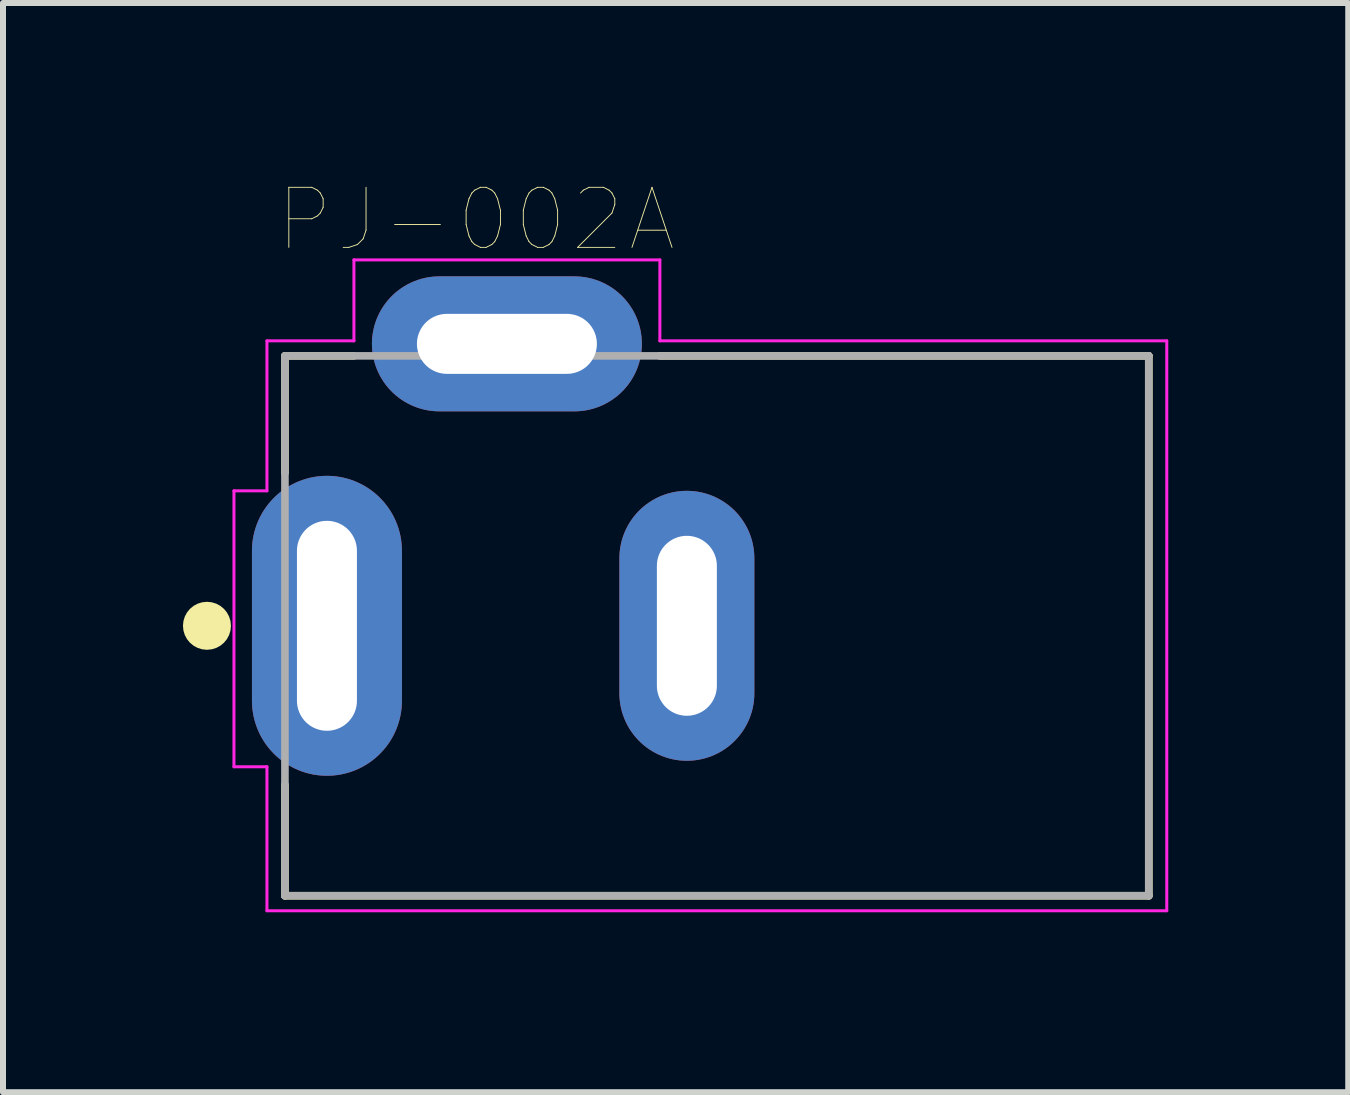
<source format=kicad_pcb>
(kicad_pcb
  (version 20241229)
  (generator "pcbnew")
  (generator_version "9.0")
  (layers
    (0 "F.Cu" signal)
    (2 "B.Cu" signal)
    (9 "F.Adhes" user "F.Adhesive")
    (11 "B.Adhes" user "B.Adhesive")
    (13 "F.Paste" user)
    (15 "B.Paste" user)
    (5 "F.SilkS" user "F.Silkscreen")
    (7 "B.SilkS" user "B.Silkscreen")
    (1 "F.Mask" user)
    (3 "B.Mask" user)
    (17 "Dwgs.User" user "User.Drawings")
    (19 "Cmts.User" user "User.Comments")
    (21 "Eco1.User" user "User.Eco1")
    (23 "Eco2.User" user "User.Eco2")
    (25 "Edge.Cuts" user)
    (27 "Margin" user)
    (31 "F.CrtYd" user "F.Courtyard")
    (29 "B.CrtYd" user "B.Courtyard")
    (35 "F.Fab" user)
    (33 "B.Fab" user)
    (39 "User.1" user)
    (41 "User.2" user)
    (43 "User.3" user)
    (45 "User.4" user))
  (footprint "PJ-002A"
    (layer "F.Cu")
    (at 2.4 7.382)
    (property "Reference" "PJ-002A" (at 2.487 -6.771 0) (layer "F.SilkS") (effects (font (size 1.001 1.001) (thickness 0.015))))
    (attr through_hole)
    (fp_line (start -0.7 -4.5) (end 0.45 -4.5) (stroke (width 0.127) (type solid)) (layer "F.SilkS"))
    (fp_line (start -0.7 -2.55) (end -0.7 -4.5) (stroke (width 0.127) (type solid)) (layer "F.SilkS"))
    (fp_line (start -0.7 4.5) (end -0.7 2.65) (stroke (width 0.127) (type solid)) (layer "F.SilkS"))
    (fp_line (start 5.55 -4.5) (end 13.7 -4.5) (stroke (width 0.127) (type solid)) (layer "F.SilkS"))
    (fp_line (start 13.7 -4.5) (end 13.7 4.5) (stroke (width 0.127) (type solid)) (layer "F.SilkS"))
    (fp_line (start 13.7 4.5) (end -0.7 4.5) (stroke (width 0.127) (type solid)) (layer "F.SilkS"))
    (fp_circle (center -2 0) (end -1.8 0) (stroke (width 0.4) (type solid)) (fill no) (layer "F.SilkS"))
    (fp_line (start -1.55 -2.25) (end -1.55 2.35) (stroke (width 0.05) (type solid)) (layer "F.CrtYd"))
    (fp_line (start -1.55 2.35) (end -1 2.35) (stroke (width 0.05) (type solid)) (layer "F.CrtYd"))
    (fp_line (start -1 -4.75) (end 0.45 -4.75) (stroke (width 0.05) (type solid)) (layer "F.CrtYd"))
    (fp_line (start -1 -2.25) (end -1.55 -2.25) (stroke (width 0.05) (type solid)) (layer "F.CrtYd"))
    (fp_line (start -1 -2.25) (end -1 -4.75) (stroke (width 0.05) (type solid)) (layer "F.CrtYd"))
    (fp_line (start -1 4.75) (end -1 2.35) (stroke (width 0.05) (type solid)) (layer "F.CrtYd"))
    (fp_line (start 0.45 -6.1) (end 5.55 -6.1) (stroke (width 0.05) (type solid)) (layer "F.CrtYd"))
    (fp_line (start 0.45 -4.75) (end 0.45 -6.1) (stroke (width 0.05) (type solid)) (layer "F.CrtYd"))
    (fp_line (start 5.55 -6.1) (end 5.55 -4.75) (stroke (width 0.05) (type solid)) (layer "F.CrtYd"))
    (fp_line (start 5.55 -4.75) (end 14 -4.75) (stroke (width 0.05) (type solid)) (layer "F.CrtYd"))
    (fp_line (start 14 -4.75) (end 14 4.75) (stroke (width 0.05) (type solid)) (layer "F.CrtYd"))
    (fp_line (start 14 4.75) (end -1 4.75) (stroke (width 0.05) (type solid)) (layer "F.CrtYd"))
    (fp_line (start -0.7 -4.5) (end 13.7 -4.5) (stroke (width 0.127) (type solid)) (layer "F.Fab"))
    (fp_line (start -0.7 4.5) (end -0.7 -4.5) (stroke (width 0.127) (type solid)) (layer "F.Fab"))
    (fp_line (start 13.7 -4.5) (end 13.7 4.5) (stroke (width 0.127) (type solid)) (layer "F.Fab"))
    (fp_line (start 13.7 4.5) (end -0.7 4.5) (stroke (width 0.127) (type solid)) (layer "F.Fab"))
    (pad "1" thru_hole oval (at 0 0) (size 2.5 5) (drill oval 1 3.5) (layers "*.Cu" "*.Mask"))
    (pad "2" thru_hole oval (at 6 0) (size 2.25 4.5) (drill oval 1 3) (layers "*.Cu" "*.Mask"))
    (pad "3" thru_hole oval (at 3 -4.7) (size 4.5 2.25) (drill oval 3 1) (layers "*.Cu" "*.Mask")))
  (gr_rect
    (start -3 -3)
    (end 19.425 15.157)
    (stroke (width 0.1) (type default))
    (fill no)
    (layer "Edge.Cuts")))
</source>
